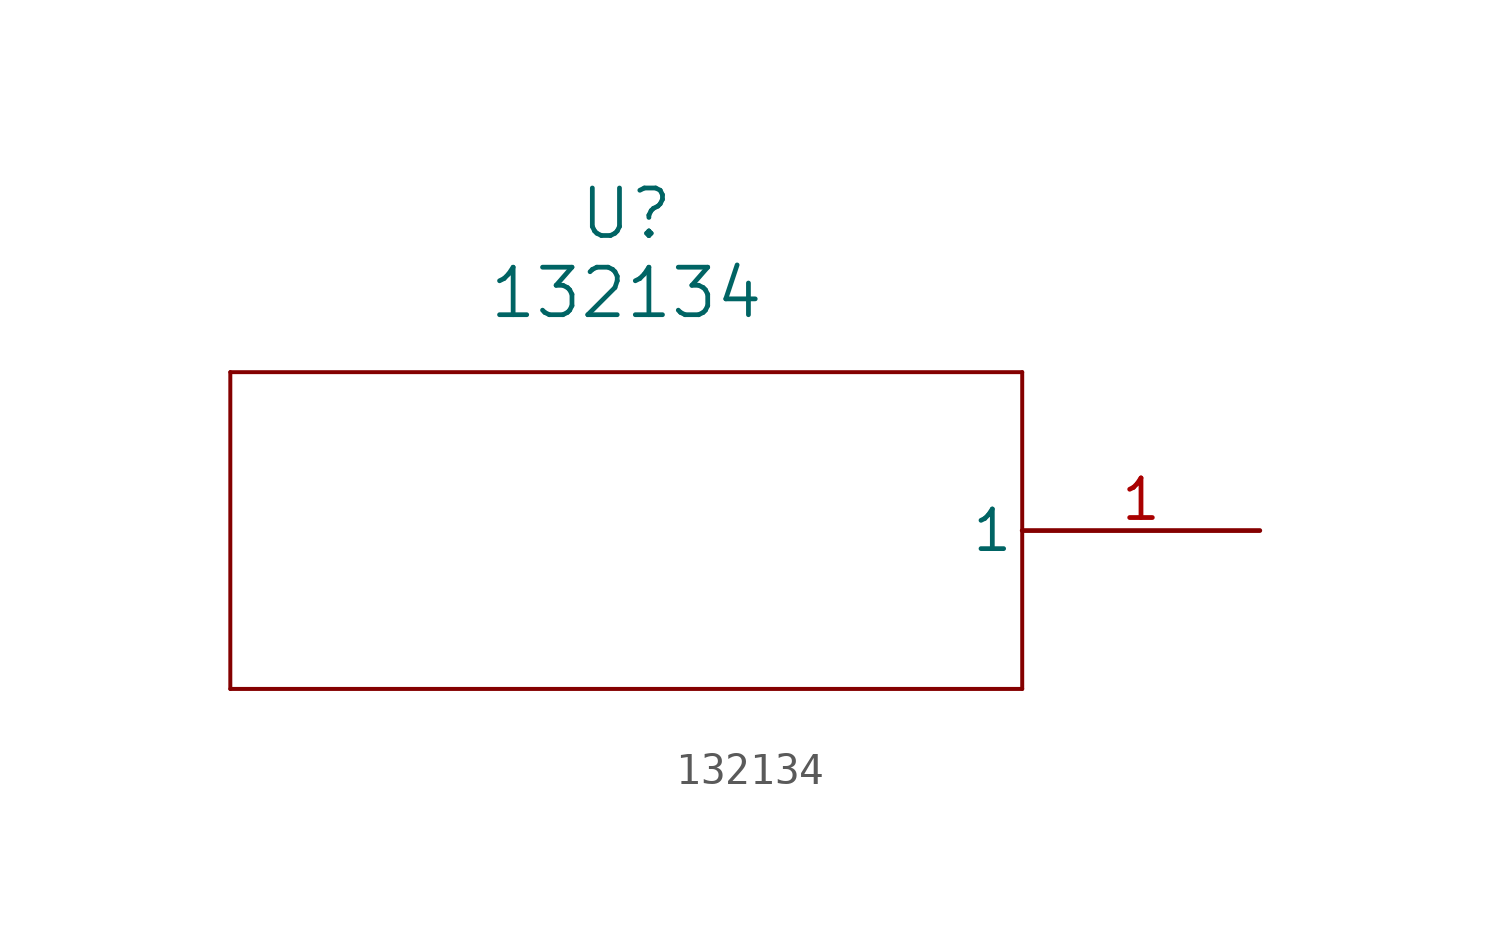
<source format=kicad_sym>
(kicad_symbol_lib
  (version 20211014)
  (generator kicad_symbol_editor)
  (symbol "132134"
    (pin_names
      (offset 0.254))
    (property "Reference" "U"
      (at -20.32 10.16 0)
      (effects (font (size 1.524 1.524))))
    (property "Value" "132134"
      (at -20.32 7.62 0)
      (effects (font (size 1.524 1.524))))
    (symbol "132134_0_1"
      (polyline (pts (xy -33.02 5.08) (xy -33.02 -5.08)) (stroke (width 0.127) (type default) (color 0 0 0 0)) (fill (type none)))
      (polyline (pts (xy -33.02 -5.08) (xy -7.62 -5.08)) (stroke (width 0.127) (type default) (color 0 0 0 0)) (fill (type none)))
      (polyline (pts (xy -7.62 -5.08) (xy -7.62 5.08)) (stroke (width 0.127) (type default) (color 0 0 0 0)) (fill (type none)))
      (polyline (pts (xy -7.62 5.08) (xy -33.02 5.08)) (stroke (width 0.127) (type default) (color 0 0 0 0)) (fill (type none)))
      (pin unspecified line (at 0 0 180) (length 7.62) (name "1" (effects (font (size 1.27 1.27)))) (number "1" (effects (font (size 1.27 1.27))))))))
</source>
